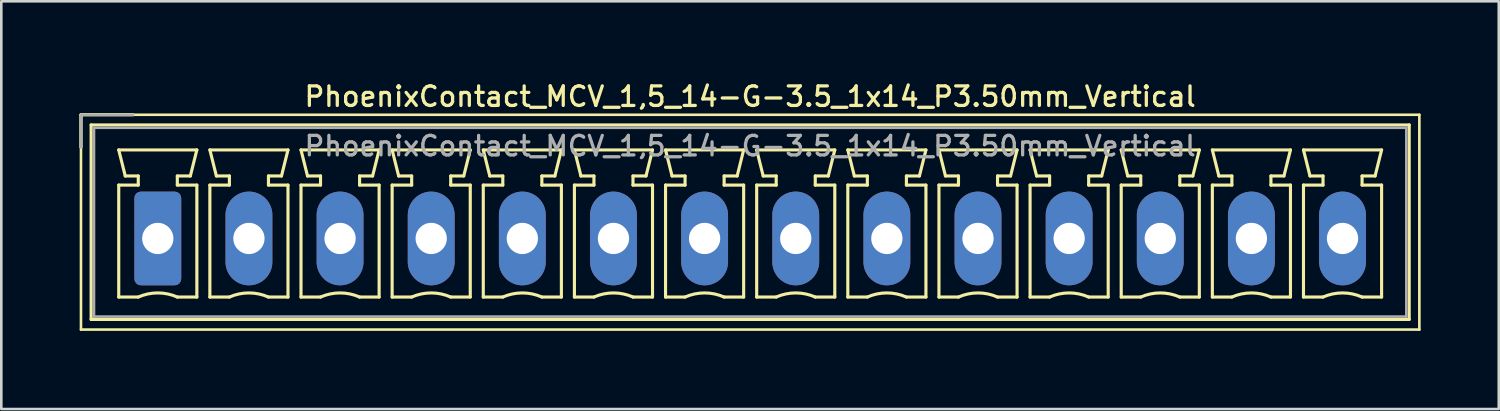
<source format=kicad_pcb>
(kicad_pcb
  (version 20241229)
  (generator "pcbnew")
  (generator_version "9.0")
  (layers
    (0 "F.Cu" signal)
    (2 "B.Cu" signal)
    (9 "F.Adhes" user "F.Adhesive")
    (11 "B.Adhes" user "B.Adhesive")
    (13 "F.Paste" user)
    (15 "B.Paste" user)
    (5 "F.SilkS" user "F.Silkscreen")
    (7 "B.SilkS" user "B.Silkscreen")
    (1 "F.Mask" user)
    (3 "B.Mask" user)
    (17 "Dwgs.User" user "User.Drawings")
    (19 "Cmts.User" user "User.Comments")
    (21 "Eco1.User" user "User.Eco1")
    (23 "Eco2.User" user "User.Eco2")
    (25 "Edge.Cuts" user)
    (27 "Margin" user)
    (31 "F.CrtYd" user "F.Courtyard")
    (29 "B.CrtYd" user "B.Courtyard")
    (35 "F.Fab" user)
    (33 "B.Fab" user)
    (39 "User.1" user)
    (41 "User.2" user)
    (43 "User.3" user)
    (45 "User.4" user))
  (footprint "PhoenixContact_MCV_1,5_14-G-3.5_1x14_P3.50mm_Vertical"
    (layer "F.Cu")
    (at 3.01 6.108)
    (property "Reference" "PhoenixContact_MCV_1,5_14-G-3.5_1x14_P3.50mm_Vertical" (at 22.75 -5.45 0) (layer "F.SilkS") (effects (font (size 0.75 0.75) (thickness 0.125))))
    (attr through_hole)
    (fp_line (start -2.95 -4.75) (end -2.95 3.5) (stroke (width 0.1) (type solid)) (layer "F.SilkS"))
    (fp_line (start -2.95 -4.75) (end -0.95 -4.75) (stroke (width 0.12) (type solid)) (layer "F.SilkS"))
    (fp_line (start -2.95 -3.5) (end -2.95 -4.75) (stroke (width 0.12) (type solid)) (layer "F.SilkS"))
    (fp_line (start -2.95 3.5) (end 48.45 3.5) (stroke (width 0.1) (type solid)) (layer "F.SilkS"))
    (fp_line (start -2.56 -4.36) (end -2.56 3.11) (stroke (width 0.12) (type solid)) (layer "F.SilkS"))
    (fp_line (start -2.56 3.11) (end 48.06 3.11) (stroke (width 0.12) (type solid)) (layer "F.SilkS"))
    (fp_line (start -1.5 -3.4) (end 1.5 -3.4) (stroke (width 0.12) (type solid)) (layer "F.SilkS"))
    (fp_line (start -1.5 -2.05) (end -0.75 -2.05) (stroke (width 0.12) (type solid)) (layer "F.SilkS"))
    (fp_line (start -1.5 2.25) (end -1.5 -2.05) (stroke (width 0.12) (type solid)) (layer "F.SilkS"))
    (fp_line (start -1.25 -2.4) (end -1.5 -3.4) (stroke (width 0.12) (type solid)) (layer "F.SilkS"))
    (fp_line (start -0.75 -2.4) (end -1.25 -2.4) (stroke (width 0.12) (type solid)) (layer "F.SilkS"))
    (fp_line (start -0.75 -2.05) (end -0.75 -2.4) (stroke (width 0.12) (type solid)) (layer "F.SilkS"))
    (fp_line (start -0.75 2.25) (end -1.5 2.25) (stroke (width 0.12) (type solid)) (layer "F.SilkS"))
    (fp_line (start 0.75 -2.4) (end 0.75 -2.05) (stroke (width 0.12) (type solid)) (layer "F.SilkS"))
    (fp_line (start 0.75 -2.05) (end 1.5 -2.05) (stroke (width 0.12) (type solid)) (layer "F.SilkS"))
    (fp_line (start 1.25 -2.4) (end 0.75 -2.4) (stroke (width 0.12) (type solid)) (layer "F.SilkS"))
    (fp_line (start 1.5 -3.4) (end 1.25 -2.4) (stroke (width 0.12) (type solid)) (layer "F.SilkS"))
    (fp_line (start 1.5 -2.05) (end 1.5 2.25) (stroke (width 0.12) (type solid)) (layer "F.SilkS"))
    (fp_line (start 1.5 2.25) (end 0.75 2.25) (stroke (width 0.12) (type solid)) (layer "F.SilkS"))
    (fp_line (start 2 -3.4) (end 5 -3.4) (stroke (width 0.12) (type solid)) (layer "F.SilkS"))
    (fp_line (start 2 -2.05) (end 2.75 -2.05) (stroke (width 0.12) (type solid)) (layer "F.SilkS"))
    (fp_line (start 2 2.25) (end 2 -2.05) (stroke (width 0.12) (type solid)) (layer "F.SilkS"))
    (fp_line (start 2.25 -2.4) (end 2 -3.4) (stroke (width 0.12) (type solid)) (layer "F.SilkS"))
    (fp_line (start 2.75 -2.4) (end 2.25 -2.4) (stroke (width 0.12) (type solid)) (layer "F.SilkS"))
    (fp_line (start 2.75 -2.05) (end 2.75 -2.4) (stroke (width 0.12) (type solid)) (layer "F.SilkS"))
    (fp_line (start 2.75 2.25) (end 2 2.25) (stroke (width 0.12) (type solid)) (layer "F.SilkS"))
    (fp_line (start 4.25 -2.4) (end 4.25 -2.05) (stroke (width 0.12) (type solid)) (layer "F.SilkS"))
    (fp_line (start 4.25 -2.05) (end 5 -2.05) (stroke (width 0.12) (type solid)) (layer "F.SilkS"))
    (fp_line (start 4.75 -2.4) (end 4.25 -2.4) (stroke (width 0.12) (type solid)) (layer "F.SilkS"))
    (fp_line (start 5 -3.4) (end 4.75 -2.4) (stroke (width 0.12) (type solid)) (layer "F.SilkS"))
    (fp_line (start 5 -2.05) (end 5 2.25) (stroke (width 0.12) (type solid)) (layer "F.SilkS"))
    (fp_line (start 5 2.25) (end 4.25 2.25) (stroke (width 0.12) (type solid)) (layer "F.SilkS"))
    (fp_line (start 5.5 -3.4) (end 8.5 -3.4) (stroke (width 0.12) (type solid)) (layer "F.SilkS"))
    (fp_line (start 5.5 -2.05) (end 6.25 -2.05) (stroke (width 0.12) (type solid)) (layer "F.SilkS"))
    (fp_line (start 5.5 2.25) (end 5.5 -2.05) (stroke (width 0.12) (type solid)) (layer "F.SilkS"))
    (fp_line (start 5.75 -2.4) (end 5.5 -3.4) (stroke (width 0.12) (type solid)) (layer "F.SilkS"))
    (fp_line (start 6.25 -2.4) (end 5.75 -2.4) (stroke (width 0.12) (type solid)) (layer "F.SilkS"))
    (fp_line (start 6.25 -2.05) (end 6.25 -2.4) (stroke (width 0.12) (type solid)) (layer "F.SilkS"))
    (fp_line (start 6.25 2.25) (end 5.5 2.25) (stroke (width 0.12) (type solid)) (layer "F.SilkS"))
    (fp_line (start 7.75 -2.4) (end 7.75 -2.05) (stroke (width 0.12) (type solid)) (layer "F.SilkS"))
    (fp_line (start 7.75 -2.05) (end 8.5 -2.05) (stroke (width 0.12) (type solid)) (layer "F.SilkS"))
    (fp_line (start 8.25 -2.4) (end 7.75 -2.4) (stroke (width 0.12) (type solid)) (layer "F.SilkS"))
    (fp_line (start 8.5 -3.4) (end 8.25 -2.4) (stroke (width 0.12) (type solid)) (layer "F.SilkS"))
    (fp_line (start 8.5 -2.05) (end 8.5 2.25) (stroke (width 0.12) (type solid)) (layer "F.SilkS"))
    (fp_line (start 8.5 2.25) (end 7.75 2.25) (stroke (width 0.12) (type solid)) (layer "F.SilkS"))
    (fp_line (start 9 -3.4) (end 12 -3.4) (stroke (width 0.12) (type solid)) (layer "F.SilkS"))
    (fp_line (start 9 -2.05) (end 9.75 -2.05) (stroke (width 0.12) (type solid)) (layer "F.SilkS"))
    (fp_line (start 9 2.25) (end 9 -2.05) (stroke (width 0.12) (type solid)) (layer "F.SilkS"))
    (fp_line (start 9.25 -2.4) (end 9 -3.4) (stroke (width 0.12) (type solid)) (layer "F.SilkS"))
    (fp_line (start 9.75 -2.4) (end 9.25 -2.4) (stroke (width 0.12) (type solid)) (layer "F.SilkS"))
    (fp_line (start 9.75 -2.05) (end 9.75 -2.4) (stroke (width 0.12) (type solid)) (layer "F.SilkS"))
    (fp_line (start 9.75 2.25) (end 9 2.25) (stroke (width 0.12) (type solid)) (layer "F.SilkS"))
    (fp_line (start 11.25 -2.4) (end 11.25 -2.05) (stroke (width 0.12) (type solid)) (layer "F.SilkS"))
    (fp_line (start 11.25 -2.05) (end 12 -2.05) (stroke (width 0.12) (type solid)) (layer "F.SilkS"))
    (fp_line (start 11.75 -2.4) (end 11.25 -2.4) (stroke (width 0.12) (type solid)) (layer "F.SilkS"))
    (fp_line (start 12 -3.4) (end 11.75 -2.4) (stroke (width 0.12) (type solid)) (layer "F.SilkS"))
    (fp_line (start 12 -2.05) (end 12 2.25) (stroke (width 0.12) (type solid)) (layer "F.SilkS"))
    (fp_line (start 12 2.25) (end 11.25 2.25) (stroke (width 0.12) (type solid)) (layer "F.SilkS"))
    (fp_line (start 12.5 -3.4) (end 15.5 -3.4) (stroke (width 0.12) (type solid)) (layer "F.SilkS"))
    (fp_line (start 12.5 -2.05) (end 13.25 -2.05) (stroke (width 0.12) (type solid)) (layer "F.SilkS"))
    (fp_line (start 12.5 2.25) (end 12.5 -2.05) (stroke (width 0.12) (type solid)) (layer "F.SilkS"))
    (fp_line (start 12.75 -2.4) (end 12.5 -3.4) (stroke (width 0.12) (type solid)) (layer "F.SilkS"))
    (fp_line (start 13.25 -2.4) (end 12.75 -2.4) (stroke (width 0.12) (type solid)) (layer "F.SilkS"))
    (fp_line (start 13.25 -2.05) (end 13.25 -2.4) (stroke (width 0.12) (type solid)) (layer "F.SilkS"))
    (fp_line (start 13.25 2.25) (end 12.5 2.25) (stroke (width 0.12) (type solid)) (layer "F.SilkS"))
    (fp_line (start 14.75 -2.4) (end 14.75 -2.05) (stroke (width 0.12) (type solid)) (layer "F.SilkS"))
    (fp_line (start 14.75 -2.05) (end 15.5 -2.05) (stroke (width 0.12) (type solid)) (layer "F.SilkS"))
    (fp_line (start 15.25 -2.4) (end 14.75 -2.4) (stroke (width 0.12) (type solid)) (layer "F.SilkS"))
    (fp_line (start 15.5 -3.4) (end 15.25 -2.4) (stroke (width 0.12) (type solid)) (layer "F.SilkS"))
    (fp_line (start 15.5 -2.05) (end 15.5 2.25) (stroke (width 0.12) (type solid)) (layer "F.SilkS"))
    (fp_line (start 15.5 2.25) (end 14.75 2.25) (stroke (width 0.12) (type solid)) (layer "F.SilkS"))
    (fp_line (start 16 -3.4) (end 19 -3.4) (stroke (width 0.12) (type solid)) (layer "F.SilkS"))
    (fp_line (start 16 -2.05) (end 16.75 -2.05) (stroke (width 0.12) (type solid)) (layer "F.SilkS"))
    (fp_line (start 16 2.25) (end 16 -2.05) (stroke (width 0.12) (type solid)) (layer "F.SilkS"))
    (fp_line (start 16.25 -2.4) (end 16 -3.4) (stroke (width 0.12) (type solid)) (layer "F.SilkS"))
    (fp_line (start 16.75 -2.4) (end 16.25 -2.4) (stroke (width 0.12) (type solid)) (layer "F.SilkS"))
    (fp_line (start 16.75 -2.05) (end 16.75 -2.4) (stroke (width 0.12) (type solid)) (layer "F.SilkS"))
    (fp_line (start 16.75 2.25) (end 16 2.25) (stroke (width 0.12) (type solid)) (layer "F.SilkS"))
    (fp_line (start 18.25 -2.4) (end 18.25 -2.05) (stroke (width 0.12) (type solid)) (layer "F.SilkS"))
    (fp_line (start 18.25 -2.05) (end 19 -2.05) (stroke (width 0.12) (type solid)) (layer "F.SilkS"))
    (fp_line (start 18.75 -2.4) (end 18.25 -2.4) (stroke (width 0.12) (type solid)) (layer "F.SilkS"))
    (fp_line (start 19 -3.4) (end 18.75 -2.4) (stroke (width 0.12) (type solid)) (layer "F.SilkS"))
    (fp_line (start 19 -2.05) (end 19 2.25) (stroke (width 0.12) (type solid)) (layer "F.SilkS"))
    (fp_line (start 19 2.25) (end 18.25 2.25) (stroke (width 0.12) (type solid)) (layer "F.SilkS"))
    (fp_line (start 19.5 -3.4) (end 22.5 -3.4) (stroke (width 0.12) (type solid)) (layer "F.SilkS"))
    (fp_line (start 19.5 -2.05) (end 20.25 -2.05) (stroke (width 0.12) (type solid)) (layer "F.SilkS"))
    (fp_line (start 19.5 2.25) (end 19.5 -2.05) (stroke (width 0.12) (type solid)) (layer "F.SilkS"))
    (fp_line (start 19.75 -2.4) (end 19.5 -3.4) (stroke (width 0.12) (type solid)) (layer "F.SilkS"))
    (fp_line (start 20.25 -2.4) (end 19.75 -2.4) (stroke (width 0.12) (type solid)) (layer "F.SilkS"))
    (fp_line (start 20.25 -2.05) (end 20.25 -2.4) (stroke (width 0.12) (type solid)) (layer "F.SilkS"))
    (fp_line (start 20.25 2.25) (end 19.5 2.25) (stroke (width 0.12) (type solid)) (layer "F.SilkS"))
    (fp_line (start 21.75 -2.4) (end 21.75 -2.05) (stroke (width 0.12) (type solid)) (layer "F.SilkS"))
    (fp_line (start 21.75 -2.05) (end 22.5 -2.05) (stroke (width 0.12) (type solid)) (layer "F.SilkS"))
    (fp_line (start 22.25 -2.4) (end 21.75 -2.4) (stroke (width 0.12) (type solid)) (layer "F.SilkS"))
    (fp_line (start 22.5 -3.4) (end 22.25 -2.4) (stroke (width 0.12) (type solid)) (layer "F.SilkS"))
    (fp_line (start 22.5 -2.05) (end 22.5 2.25) (stroke (width 0.12) (type solid)) (layer "F.SilkS"))
    (fp_line (start 22.5 2.25) (end 21.75 2.25) (stroke (width 0.12) (type solid)) (layer "F.SilkS"))
    (fp_line (start 23 -3.4) (end 26 -3.4) (stroke (width 0.12) (type solid)) (layer "F.SilkS"))
    (fp_line (start 23 -2.05) (end 23.75 -2.05) (stroke (width 0.12) (type solid)) (layer "F.SilkS"))
    (fp_line (start 23 2.25) (end 23 -2.05) (stroke (width 0.12) (type solid)) (layer "F.SilkS"))
    (fp_line (start 23.25 -2.4) (end 23 -3.4) (stroke (width 0.12) (type solid)) (layer "F.SilkS"))
    (fp_line (start 23.75 -2.4) (end 23.25 -2.4) (stroke (width 0.12) (type solid)) (layer "F.SilkS"))
    (fp_line (start 23.75 -2.05) (end 23.75 -2.4) (stroke (width 0.12) (type solid)) (layer "F.SilkS"))
    (fp_line (start 23.75 2.25) (end 23 2.25) (stroke (width 0.12) (type solid)) (layer "F.SilkS"))
    (fp_line (start 25.25 -2.4) (end 25.25 -2.05) (stroke (width 0.12) (type solid)) (layer "F.SilkS"))
    (fp_line (start 25.25 -2.05) (end 26 -2.05) (stroke (width 0.12) (type solid)) (layer "F.SilkS"))
    (fp_line (start 25.75 -2.4) (end 25.25 -2.4) (stroke (width 0.12) (type solid)) (layer "F.SilkS"))
    (fp_line (start 26 -3.4) (end 25.75 -2.4) (stroke (width 0.12) (type solid)) (layer "F.SilkS"))
    (fp_line (start 26 -2.05) (end 26 2.25) (stroke (width 0.12) (type solid)) (layer "F.SilkS"))
    (fp_line (start 26 2.25) (end 25.25 2.25) (stroke (width 0.12) (type solid)) (layer "F.SilkS"))
    (fp_line (start 26.5 -3.4) (end 29.5 -3.4) (stroke (width 0.12) (type solid)) (layer "F.SilkS"))
    (fp_line (start 26.5 -2.05) (end 27.25 -2.05) (stroke (width 0.12) (type solid)) (layer "F.SilkS"))
    (fp_line (start 26.5 2.25) (end 26.5 -2.05) (stroke (width 0.12) (type solid)) (layer "F.SilkS"))
    (fp_line (start 26.75 -2.4) (end 26.5 -3.4) (stroke (width 0.12) (type solid)) (layer "F.SilkS"))
    (fp_line (start 27.25 -2.4) (end 26.75 -2.4) (stroke (width 0.12) (type solid)) (layer "F.SilkS"))
    (fp_line (start 27.25 -2.05) (end 27.25 -2.4) (stroke (width 0.12) (type solid)) (layer "F.SilkS"))
    (fp_line (start 27.25 2.25) (end 26.5 2.25) (stroke (width 0.12) (type solid)) (layer "F.SilkS"))
    (fp_line (start 28.75 -2.4) (end 28.75 -2.05) (stroke (width 0.12) (type solid)) (layer "F.SilkS"))
    (fp_line (start 28.75 -2.05) (end 29.5 -2.05) (stroke (width 0.12) (type solid)) (layer "F.SilkS"))
    (fp_line (start 29.25 -2.4) (end 28.75 -2.4) (stroke (width 0.12) (type solid)) (layer "F.SilkS"))
    (fp_line (start 29.5 -3.4) (end 29.25 -2.4) (stroke (width 0.12) (type solid)) (layer "F.SilkS"))
    (fp_line (start 29.5 -2.05) (end 29.5 2.25) (stroke (width 0.12) (type solid)) (layer "F.SilkS"))
    (fp_line (start 29.5 2.25) (end 28.75 2.25) (stroke (width 0.12) (type solid)) (layer "F.SilkS"))
    (fp_line (start 30 -3.4) (end 33 -3.4) (stroke (width 0.12) (type solid)) (layer "F.SilkS"))
    (fp_line (start 30 -2.05) (end 30.75 -2.05) (stroke (width 0.12) (type solid)) (layer "F.SilkS"))
    (fp_line (start 30 2.25) (end 30 -2.05) (stroke (width 0.12) (type solid)) (layer "F.SilkS"))
    (fp_line (start 30.25 -2.4) (end 30 -3.4) (stroke (width 0.12) (type solid)) (layer "F.SilkS"))
    (fp_line (start 30.75 -2.4) (end 30.25 -2.4) (stroke (width 0.12) (type solid)) (layer "F.SilkS"))
    (fp_line (start 30.75 -2.05) (end 30.75 -2.4) (stroke (width 0.12) (type solid)) (layer "F.SilkS"))
    (fp_line (start 30.75 2.25) (end 30 2.25) (stroke (width 0.12) (type solid)) (layer "F.SilkS"))
    (fp_line (start 32.25 -2.4) (end 32.25 -2.05) (stroke (width 0.12) (type solid)) (layer "F.SilkS"))
    (fp_line (start 32.25 -2.05) (end 33 -2.05) (stroke (width 0.12) (type solid)) (layer "F.SilkS"))
    (fp_line (start 32.75 -2.4) (end 32.25 -2.4) (stroke (width 0.12) (type solid)) (layer "F.SilkS"))
    (fp_line (start 33 -3.4) (end 32.75 -2.4) (stroke (width 0.12) (type solid)) (layer "F.SilkS"))
    (fp_line (start 33 -2.05) (end 33 2.25) (stroke (width 0.12) (type solid)) (layer "F.SilkS"))
    (fp_line (start 33 2.25) (end 32.25 2.25) (stroke (width 0.12) (type solid)) (layer "F.SilkS"))
    (fp_line (start 33.5 -3.4) (end 36.5 -3.4) (stroke (width 0.12) (type solid)) (layer "F.SilkS"))
    (fp_line (start 33.5 -2.05) (end 34.25 -2.05) (stroke (width 0.12) (type solid)) (layer "F.SilkS"))
    (fp_line (start 33.5 2.25) (end 33.5 -2.05) (stroke (width 0.12) (type solid)) (layer "F.SilkS"))
    (fp_line (start 33.75 -2.4) (end 33.5 -3.4) (stroke (width 0.12) (type solid)) (layer "F.SilkS"))
    (fp_line (start 34.25 -2.4) (end 33.75 -2.4) (stroke (width 0.12) (type solid)) (layer "F.SilkS"))
    (fp_line (start 34.25 -2.05) (end 34.25 -2.4) (stroke (width 0.12) (type solid)) (layer "F.SilkS"))
    (fp_line (start 34.25 2.25) (end 33.5 2.25) (stroke (width 0.12) (type solid)) (layer "F.SilkS"))
    (fp_line (start 35.75 -2.4) (end 35.75 -2.05) (stroke (width 0.12) (type solid)) (layer "F.SilkS"))
    (fp_line (start 35.75 -2.05) (end 36.5 -2.05) (stroke (width 0.12) (type solid)) (layer "F.SilkS"))
    (fp_line (start 36.25 -2.4) (end 35.75 -2.4) (stroke (width 0.12) (type solid)) (layer "F.SilkS"))
    (fp_line (start 36.5 -3.4) (end 36.25 -2.4) (stroke (width 0.12) (type solid)) (layer "F.SilkS"))
    (fp_line (start 36.5 -2.05) (end 36.5 2.25) (stroke (width 0.12) (type solid)) (layer "F.SilkS"))
    (fp_line (start 36.5 2.25) (end 35.75 2.25) (stroke (width 0.12) (type solid)) (layer "F.SilkS"))
    (fp_line (start 37 -3.4) (end 40 -3.4) (stroke (width 0.12) (type solid)) (layer "F.SilkS"))
    (fp_line (start 37 -2.05) (end 37.75 -2.05) (stroke (width 0.12) (type solid)) (layer "F.SilkS"))
    (fp_line (start 37 2.25) (end 37 -2.05) (stroke (width 0.12) (type solid)) (layer "F.SilkS"))
    (fp_line (start 37.25 -2.4) (end 37 -3.4) (stroke (width 0.12) (type solid)) (layer "F.SilkS"))
    (fp_line (start 37.75 -2.4) (end 37.25 -2.4) (stroke (width 0.12) (type solid)) (layer "F.SilkS"))
    (fp_line (start 37.75 -2.05) (end 37.75 -2.4) (stroke (width 0.12) (type solid)) (layer "F.SilkS"))
    (fp_line (start 37.75 2.25) (end 37 2.25) (stroke (width 0.12) (type solid)) (layer "F.SilkS"))
    (fp_line (start 39.25 -2.4) (end 39.25 -2.05) (stroke (width 0.12) (type solid)) (layer "F.SilkS"))
    (fp_line (start 39.25 -2.05) (end 40 -2.05) (stroke (width 0.12) (type solid)) (layer "F.SilkS"))
    (fp_line (start 39.75 -2.4) (end 39.25 -2.4) (stroke (width 0.12) (type solid)) (layer "F.SilkS"))
    (fp_line (start 40 -3.4) (end 39.75 -2.4) (stroke (width 0.12) (type solid)) (layer "F.SilkS"))
    (fp_line (start 40 -2.05) (end 40 2.25) (stroke (width 0.12) (type solid)) (layer "F.SilkS"))
    (fp_line (start 40 2.25) (end 39.25 2.25) (stroke (width 0.12) (type solid)) (layer "F.SilkS"))
    (fp_line (start 40.5 -3.4) (end 43.5 -3.4) (stroke (width 0.12) (type solid)) (layer "F.SilkS"))
    (fp_line (start 40.5 -2.05) (end 41.25 -2.05) (stroke (width 0.12) (type solid)) (layer "F.SilkS"))
    (fp_line (start 40.5 2.25) (end 40.5 -2.05) (stroke (width 0.12) (type solid)) (layer "F.SilkS"))
    (fp_line (start 40.75 -2.4) (end 40.5 -3.4) (stroke (width 0.12) (type solid)) (layer "F.SilkS"))
    (fp_line (start 41.25 -2.4) (end 40.75 -2.4) (stroke (width 0.12) (type solid)) (layer "F.SilkS"))
    (fp_line (start 41.25 -2.05) (end 41.25 -2.4) (stroke (width 0.12) (type solid)) (layer "F.SilkS"))
    (fp_line (start 41.25 2.25) (end 40.5 2.25) (stroke (width 0.12) (type solid)) (layer "F.SilkS"))
    (fp_line (start 42.75 -2.4) (end 42.75 -2.05) (stroke (width 0.12) (type solid)) (layer "F.SilkS"))
    (fp_line (start 42.75 -2.05) (end 43.5 -2.05) (stroke (width 0.12) (type solid)) (layer "F.SilkS"))
    (fp_line (start 43.25 -2.4) (end 42.75 -2.4) (stroke (width 0.12) (type solid)) (layer "F.SilkS"))
    (fp_line (start 43.5 -3.4) (end 43.25 -2.4) (stroke (width 0.12) (type solid)) (layer "F.SilkS"))
    (fp_line (start 43.5 -2.05) (end 43.5 2.25) (stroke (width 0.12) (type solid)) (layer "F.SilkS"))
    (fp_line (start 43.5 2.25) (end 42.75 2.25) (stroke (width 0.12) (type solid)) (layer "F.SilkS"))
    (fp_line (start 44 -3.4) (end 47 -3.4) (stroke (width 0.12) (type solid)) (layer "F.SilkS"))
    (fp_line (start 44 -2.05) (end 44.75 -2.05) (stroke (width 0.12) (type solid)) (layer "F.SilkS"))
    (fp_line (start 44 2.25) (end 44 -2.05) (stroke (width 0.12) (type solid)) (layer "F.SilkS"))
    (fp_line (start 44.25 -2.4) (end 44 -3.4) (stroke (width 0.12) (type solid)) (layer "F.SilkS"))
    (fp_line (start 44.75 -2.4) (end 44.25 -2.4) (stroke (width 0.12) (type solid)) (layer "F.SilkS"))
    (fp_line (start 44.75 -2.05) (end 44.75 -2.4) (stroke (width 0.12) (type solid)) (layer "F.SilkS"))
    (fp_line (start 44.75 2.25) (end 44 2.25) (stroke (width 0.12) (type solid)) (layer "F.SilkS"))
    (fp_line (start 46.25 -2.4) (end 46.25 -2.05) (stroke (width 0.12) (type solid)) (layer "F.SilkS"))
    (fp_line (start 46.25 -2.05) (end 47 -2.05) (stroke (width 0.12) (type solid)) (layer "F.SilkS"))
    (fp_line (start 46.75 -2.4) (end 46.25 -2.4) (stroke (width 0.12) (type solid)) (layer "F.SilkS"))
    (fp_line (start 47 -3.4) (end 46.75 -2.4) (stroke (width 0.12) (type solid)) (layer "F.SilkS"))
    (fp_line (start 47 -2.05) (end 47 2.25) (stroke (width 0.12) (type solid)) (layer "F.SilkS"))
    (fp_line (start 47 2.25) (end 46.25 2.25) (stroke (width 0.12) (type solid)) (layer "F.SilkS"))
    (fp_line (start 48.06 -4.36) (end -2.56 -4.36) (stroke (width 0.12) (type solid)) (layer "F.SilkS"))
    (fp_line (start 48.06 3.11) (end 48.06 -4.36) (stroke (width 0.12) (type solid)) (layer "F.SilkS"))
    (fp_line (start 48.45 -4.75) (end -2.95 -4.75) (stroke (width 0.1) (type solid)) (layer "F.SilkS"))
    (fp_line (start 48.45 3.5) (end 48.45 -4.75) (stroke (width 0.1) (type solid)) (layer "F.SilkS"))
    (fp_arc (start -0.75 2.25) (mid -0.000193 2.09191) (end 0.749647 2.249844) (stroke (width 0.12) (type solid)) (layer "F.SilkS"))
    (fp_arc (start 2.75 2.25) (mid 3.499807 2.09191) (end 4.249647 2.249844) (stroke (width 0.12) (type solid)) (layer "F.SilkS"))
    (fp_arc (start 6.25 2.25) (mid 6.999807 2.09191) (end 7.749647 2.249844) (stroke (width 0.12) (type solid)) (layer "F.SilkS"))
    (fp_arc (start 9.75 2.25) (mid 10.499807 2.09191) (end 11.249647 2.249844) (stroke (width 0.12) (type solid)) (layer "F.SilkS"))
    (fp_arc (start 13.25 2.25) (mid 13.999807 2.09191) (end 14.749647 2.249844) (stroke (width 0.12) (type solid)) (layer "F.SilkS"))
    (fp_arc (start 16.75 2.25) (mid 17.499807 2.09191) (end 18.249647 2.249844) (stroke (width 0.12) (type solid)) (layer "F.SilkS"))
    (fp_arc (start 20.25 2.25) (mid 20.999807 2.09191) (end 21.749647 2.249844) (stroke (width 0.12) (type solid)) (layer "F.SilkS"))
    (fp_arc (start 23.75 2.25) (mid 24.499807 2.09191) (end 25.249647 2.249844) (stroke (width 0.12) (type solid)) (layer "F.SilkS"))
    (fp_arc (start 27.25 2.25) (mid 27.999807 2.09191) (end 28.749647 2.249844) (stroke (width 0.12) (type solid)) (layer "F.SilkS"))
    (fp_arc (start 30.75 2.25) (mid 31.499807 2.09191) (end 32.249647 2.249844) (stroke (width 0.12) (type solid)) (layer "F.SilkS"))
    (fp_arc (start 34.25 2.25) (mid 34.999807 2.09191) (end 35.749647 2.249844) (stroke (width 0.12) (type solid)) (layer "F.SilkS"))
    (fp_arc (start 37.75 2.25) (mid 38.499807 2.09191) (end 39.249647 2.249844) (stroke (width 0.12) (type solid)) (layer "F.SilkS"))
    (fp_arc (start 41.25 2.25) (mid 41.999807 2.09191) (end 42.749647 2.249844) (stroke (width 0.12) (type solid)) (layer "F.SilkS"))
    (fp_arc (start 44.75 2.25) (mid 45.499807 2.09191) (end 46.249647 2.249844) (stroke (width 0.12) (type solid)) (layer "F.SilkS"))
    (fp_line (start -2.95 -4.75) (end -0.95 -4.75) (stroke (width 0.1) (type solid)) (layer "F.Fab"))
    (fp_line (start -2.95 -3.5) (end -2.95 -4.75) (stroke (width 0.1) (type solid)) (layer "F.Fab"))
    (fp_line (start -2.45 -4.25) (end -2.45 3) (stroke (width 0.1) (type solid)) (layer "F.Fab"))
    (fp_line (start -2.45 3) (end 47.95 3) (stroke (width 0.1) (type solid)) (layer "F.Fab"))
    (fp_line (start 47.95 -4.25) (end -2.45 -4.25) (stroke (width 0.1) (type solid)) (layer "F.Fab"))
    (fp_line (start 47.95 3) (end 47.95 -4.25) (stroke (width 0.1) (type solid)) (layer "F.Fab"))
    (fp_text user "${REFERENCE}" (at 22.75 -3.55 0) (layer "F.Fab") (effects (font (size 0.75 0.75) (thickness 0.125))))
    (pad "1" thru_hole roundrect (at 0 0) (size 1.8 3.6) (drill 1.2) (layers "*.Cu" "*.Mask") (roundrect_rratio 0.139))
    (pad "2" thru_hole oval (at 3.5 0) (size 1.8 3.6) (drill 1.2) (layers "*.Cu" "*.Mask"))
    (pad "3" thru_hole oval (at 7 0) (size 1.8 3.6) (drill 1.2) (layers "*.Cu" "*.Mask"))
    (pad "4" thru_hole oval (at 10.5 0) (size 1.8 3.6) (drill 1.2) (layers "*.Cu" "*.Mask"))
    (pad "5" thru_hole oval (at 14 0) (size 1.8 3.6) (drill 1.2) (layers "*.Cu" "*.Mask"))
    (pad "6" thru_hole oval (at 17.5 0) (size 1.8 3.6) (drill 1.2) (layers "*.Cu" "*.Mask"))
    (pad "7" thru_hole oval (at 21 0) (size 1.8 3.6) (drill 1.2) (layers "*.Cu" "*.Mask"))
    (pad "8" thru_hole oval (at 24.5 0) (size 1.8 3.6) (drill 1.2) (layers "*.Cu" "*.Mask"))
    (pad "9" thru_hole oval (at 28 0) (size 1.8 3.6) (drill 1.2) (layers "*.Cu" "*.Mask"))
    (pad "10" thru_hole oval (at 31.5 0) (size 1.8 3.6) (drill 1.2) (layers "*.Cu" "*.Mask"))
    (pad "11" thru_hole oval (at 35 0) (size 1.8 3.6) (drill 1.2) (layers "*.Cu" "*.Mask"))
    (pad "12" thru_hole oval (at 38.5 0) (size 1.8 3.6) (drill 1.2) (layers "*.Cu" "*.Mask"))
    (pad "13" thru_hole oval (at 42 0) (size 1.8 3.6) (drill 1.2) (layers "*.Cu" "*.Mask"))
    (pad "14" thru_hole oval (at 45.5 0) (size 1.8 3.6) (drill 1.2) (layers "*.Cu" "*.Mask")))
  (gr_rect
    (start -3 -3)
    (end 54.51 12.658)
    (stroke (width 0.1) (type default))
    (fill no)
    (layer "Edge.Cuts")))
</source>
